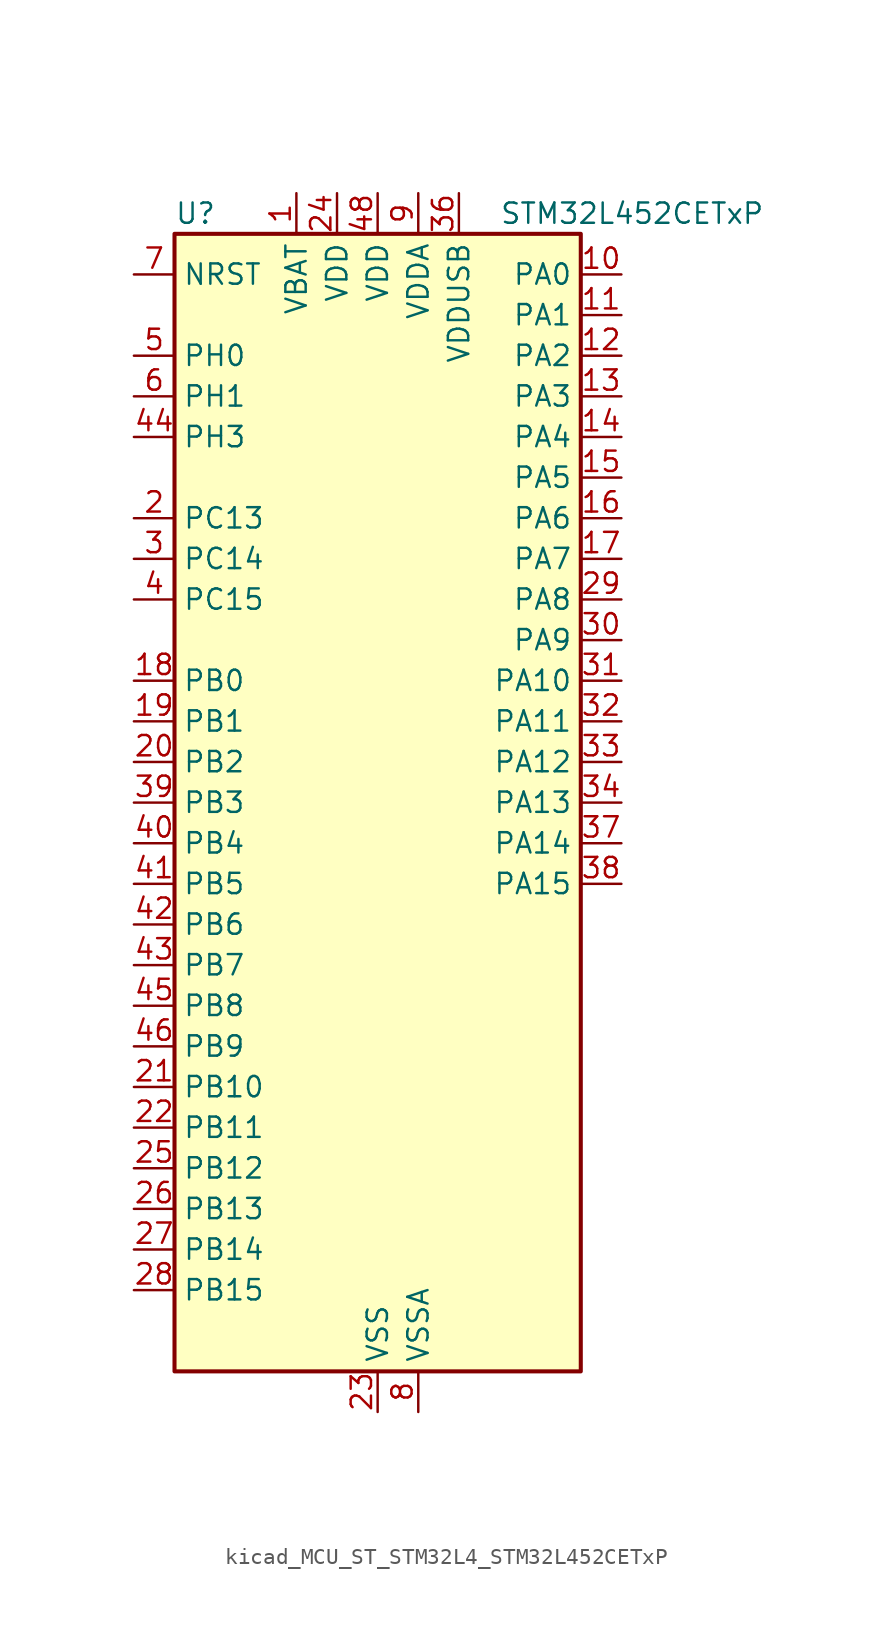
<source format=kicad_sym>
(kicad_symbol_lib
  (version 20220914)
  (generator kicad_symbol_editor)
  (symbol "kicad_MCU_ST_STM32L4_STM32L452CETxP"
    (property "Reference" "U"
      (at -12.7 36.83 0)
      (effects (font (size 1.27 1.27)) (justify left)))
    (property "Value" "STM32L452CETxP"
      (at 7.62 36.83 0)
      (effects (font (size 1.27 1.27)) (justify left)))
    (property "ki_locked" ""
      (at 0 0 0)
      (effects (font (size 1.27 1.27))))
    (symbol "kicad_MCU_ST_STM32L4_STM32L452CETxP_0_1"
      (rectangle (start -12.7 -35.56) (end 12.7 35.56) (stroke (width 0.254) (type default)) (fill (type background))))
    (symbol "kicad_MCU_ST_STM32L4_STM32L452CETxP_1_1"
      (pin power_in line (at -5.08 38.1 270) (length 2.54) (name "VBAT" (effects (font (size 1.27 1.27)))) (number "1" (effects (font (size 1.27 1.27)))))
      (pin bidirectional line (at 15.24 33.02 180) (length 2.54) (name "PA0" (effects (font (size 1.27 1.27)))) (number "10" (effects (font (size 1.27 1.27)))) (alternate "ADC1_IN5" bidirectional line) (alternate "COMP1_INM" bidirectional line) (alternate "COMP1_OUT" bidirectional line) (alternate "OPAMP1_VINP" bidirectional line) (alternate "RTC_TAMP2" bidirectional line) (alternate "SAI1_EXTCLK" bidirectional line) (alternate "SYS_WKUP1" bidirectional line) (alternate "TIM2_CH1" bidirectional line) (alternate "TIM2_ETR" bidirectional line) (alternate "UART4_TX" bidirectional line) (alternate "USART2_CTS" bidirectional line))
      (pin bidirectional line (at 15.24 30.48 180) (length 2.54) (name "PA1" (effects (font (size 1.27 1.27)))) (number "11" (effects (font (size 1.27 1.27)))) (alternate "ADC1_IN6" bidirectional line) (alternate "COMP1_INP" bidirectional line) (alternate "I2C1_SMBA" bidirectional line) (alternate "OPAMP1_VINM" bidirectional line) (alternate "SPI1_SCK" bidirectional line) (alternate "TIM15_CH1N" bidirectional line) (alternate "TIM2_CH2" bidirectional line) (alternate "UART4_RX" bidirectional line) (alternate "USART2_DE" bidirectional line) (alternate "USART2_RTS" bidirectional line))
      (pin bidirectional line (at 15.24 27.94 180) (length 2.54) (name "PA2" (effects (font (size 1.27 1.27)))) (number "12" (effects (font (size 1.27 1.27)))) (alternate "ADC1_IN7" bidirectional line) (alternate "COMP2_INM" bidirectional line) (alternate "COMP2_OUT" bidirectional line) (alternate "LPUART1_TX" bidirectional line) (alternate "QUADSPI_BK1_NCS" bidirectional line) (alternate "RCC_LSCO" bidirectional line) (alternate "SYS_WKUP4" bidirectional line) (alternate "TIM15_CH1" bidirectional line) (alternate "TIM2_CH3" bidirectional line) (alternate "USART2_TX" bidirectional line))
      (pin bidirectional line (at 15.24 25.4 180) (length 2.54) (name "PA3" (effects (font (size 1.27 1.27)))) (number "13" (effects (font (size 1.27 1.27)))) (alternate "ADC1_IN8" bidirectional line) (alternate "COMP2_INP" bidirectional line) (alternate "LPUART1_RX" bidirectional line) (alternate "OPAMP1_VOUT" bidirectional line) (alternate "QUADSPI_CLK" bidirectional line) (alternate "SAI1_MCLK_A" bidirectional line) (alternate "TIM15_CH2" bidirectional line) (alternate "TIM2_CH4" bidirectional line) (alternate "USART2_RX" bidirectional line))
      (pin bidirectional line (at 15.24 22.86 180) (length 2.54) (name "PA4" (effects (font (size 1.27 1.27)))) (number "14" (effects (font (size 1.27 1.27)))) (alternate "ADC1_IN9" bidirectional line) (alternate "COMP1_INM" bidirectional line) (alternate "COMP2_INM" bidirectional line) (alternate "DAC1_OUT1" bidirectional line) (alternate "LPTIM2_OUT" bidirectional line) (alternate "SAI1_FS_B" bidirectional line) (alternate "SPI1_NSS" bidirectional line) (alternate "SPI3_NSS" bidirectional line) (alternate "USART2_CK" bidirectional line))
      (pin bidirectional line (at 15.24 20.32 180) (length 2.54) (name "PA5" (effects (font (size 1.27 1.27)))) (number "15" (effects (font (size 1.27 1.27)))) (alternate "ADC1_IN10" bidirectional line) (alternate "COMP1_INM" bidirectional line) (alternate "COMP2_INM" bidirectional line) (alternate "DFSDM1_CKOUT" bidirectional line) (alternate "LPTIM2_ETR" bidirectional line) (alternate "SPI1_SCK" bidirectional line) (alternate "TIM2_CH1" bidirectional line) (alternate "TIM2_ETR" bidirectional line))
      (pin bidirectional line (at 15.24 17.78 180) (length 2.54) (name "PA6" (effects (font (size 1.27 1.27)))) (number "16" (effects (font (size 1.27 1.27)))) (alternate "ADC1_IN11" bidirectional line) (alternate "COMP1_OUT" bidirectional line) (alternate "LPUART1_CTS" bidirectional line) (alternate "QUADSPI_BK1_IO3" bidirectional line) (alternate "SPI1_MISO" bidirectional line) (alternate "TIM16_CH1" bidirectional line) (alternate "TIM1_BKIN" bidirectional line) (alternate "TIM1_BKIN_COMP2" bidirectional line) (alternate "TIM3_CH1" bidirectional line) (alternate "USART3_CTS" bidirectional line))
      (pin bidirectional line (at 15.24 15.24 180) (length 2.54) (name "PA7" (effects (font (size 1.27 1.27)))) (number "17" (effects (font (size 1.27 1.27)))) (alternate "ADC1_IN12" bidirectional line) (alternate "COMP2_OUT" bidirectional line) (alternate "DFSDM1_DATIN0" bidirectional line) (alternate "I2C3_SCL" bidirectional line) (alternate "QUADSPI_BK1_IO2" bidirectional line) (alternate "SPI1_MOSI" bidirectional line) (alternate "TIM1_CH1N" bidirectional line) (alternate "TIM3_CH2" bidirectional line))
      (pin bidirectional line (at -15.24 7.62 0) (length 2.54) (name "PB0" (effects (font (size 1.27 1.27)))) (number "18" (effects (font (size 1.27 1.27)))) (alternate "ADC1_IN15" bidirectional line) (alternate "COMP1_OUT" bidirectional line) (alternate "DFSDM1_CKIN0" bidirectional line) (alternate "QUADSPI_BK1_IO1" bidirectional line) (alternate "SAI1_EXTCLK" bidirectional line) (alternate "SPI1_NSS" bidirectional line) (alternate "TIM1_CH2N" bidirectional line) (alternate "TIM3_CH3" bidirectional line) (alternate "USART3_CK" bidirectional line))
      (pin bidirectional line (at -15.24 5.08 0) (length 2.54) (name "PB1" (effects (font (size 1.27 1.27)))) (number "19" (effects (font (size 1.27 1.27)))) (alternate "ADC1_IN16" bidirectional line) (alternate "COMP1_INM" bidirectional line) (alternate "DFSDM1_DATIN0" bidirectional line) (alternate "LPTIM2_IN1" bidirectional line) (alternate "LPUART1_DE" bidirectional line) (alternate "LPUART1_RTS" bidirectional line) (alternate "QUADSPI_BK1_IO0" bidirectional line) (alternate "TIM1_CH3N" bidirectional line) (alternate "TIM3_CH4" bidirectional line) (alternate "USART3_DE" bidirectional line) (alternate "USART3_RTS" bidirectional line))
      (pin bidirectional line (at -15.24 17.78 0) (length 2.54) (name "PC13" (effects (font (size 1.27 1.27)))) (number "2" (effects (font (size 1.27 1.27)))) (alternate "RTC_OUT_ALARM" bidirectional line) (alternate "RTC_OUT_CALIB" bidirectional line) (alternate "RTC_TAMP1" bidirectional line) (alternate "RTC_TS" bidirectional line) (alternate "SYS_WKUP2" bidirectional line))
      (pin bidirectional line (at -15.24 2.54 0) (length 2.54) (name "PB2" (effects (font (size 1.27 1.27)))) (number "20" (effects (font (size 1.27 1.27)))) (alternate "COMP1_INP" bidirectional line) (alternate "DFSDM1_CKIN0" bidirectional line) (alternate "I2C3_SMBA" bidirectional line) (alternate "LPTIM1_OUT" bidirectional line) (alternate "RTC_OUT_ALARM" bidirectional line) (alternate "RTC_OUT_CALIB" bidirectional line))
      (pin bidirectional line (at -15.24 -17.78 0) (length 2.54) (name "PB10" (effects (font (size 1.27 1.27)))) (number "21" (effects (font (size 1.27 1.27)))) (alternate "COMP1_OUT" bidirectional line) (alternate "I2C2_SCL" bidirectional line) (alternate "I2C4_SCL" bidirectional line) (alternate "LPUART1_RX" bidirectional line) (alternate "QUADSPI_CLK" bidirectional line) (alternate "SAI1_SCK_A" bidirectional line) (alternate "SPI2_SCK" bidirectional line) (alternate "TIM2_CH3" bidirectional line) (alternate "TSC_SYNC" bidirectional line) (alternate "USART3_TX" bidirectional line))
      (pin bidirectional line (at -15.24 -20.32 0) (length 2.54) (name "PB11" (effects (font (size 1.27 1.27)))) (number "22" (effects (font (size 1.27 1.27)))) (alternate "ADC1_EXTI11" bidirectional line) (alternate "COMP2_OUT" bidirectional line) (alternate "I2C2_SDA" bidirectional line) (alternate "I2C4_SDA" bidirectional line) (alternate "LPUART1_TX" bidirectional line) (alternate "QUADSPI_BK1_NCS" bidirectional line) (alternate "TIM2_CH4" bidirectional line) (alternate "USART3_RX" bidirectional line))
      (pin power_in line (at 0 -38.1 90) (length 2.54) (name "VSS" (effects (font (size 1.27 1.27)))) (number "23" (effects (font (size 1.27 1.27)))))
      (pin power_in line (at -2.54 38.1 270) (length 2.54) (name "VDD" (effects (font (size 1.27 1.27)))) (number "24" (effects (font (size 1.27 1.27)))))
      (pin bidirectional line (at -15.24 -22.86 0) (length 2.54) (name "PB12" (effects (font (size 1.27 1.27)))) (number "25" (effects (font (size 1.27 1.27)))) (alternate "CAN1_RX" bidirectional line) (alternate "DFSDM1_DATIN1" bidirectional line) (alternate "I2C2_SMBA" bidirectional line) (alternate "LPUART1_DE" bidirectional line) (alternate "LPUART1_RTS" bidirectional line) (alternate "SAI1_FS_A" bidirectional line) (alternate "SPI2_NSS" bidirectional line) (alternate "TIM15_BKIN" bidirectional line) (alternate "TIM1_BKIN" bidirectional line) (alternate "TIM1_BKIN_COMP2" bidirectional line) (alternate "TSC_G1_IO1" bidirectional line) (alternate "USART3_CK" bidirectional line))
      (pin bidirectional line (at -15.24 -25.4 0) (length 2.54) (name "PB13" (effects (font (size 1.27 1.27)))) (number "26" (effects (font (size 1.27 1.27)))) (alternate "CAN1_TX" bidirectional line) (alternate "DFSDM1_CKIN1" bidirectional line) (alternate "I2C2_SCL" bidirectional line) (alternate "LPUART1_CTS" bidirectional line) (alternate "SAI1_SCK_A" bidirectional line) (alternate "SPI2_SCK" bidirectional line) (alternate "TIM15_CH1N" bidirectional line) (alternate "TIM1_CH1N" bidirectional line) (alternate "TSC_G1_IO2" bidirectional line) (alternate "USART3_CTS" bidirectional line))
      (pin bidirectional line (at -15.24 -27.94 0) (length 2.54) (name "PB14" (effects (font (size 1.27 1.27)))) (number "27" (effects (font (size 1.27 1.27)))) (alternate "DFSDM1_DATIN2" bidirectional line) (alternate "I2C2_SDA" bidirectional line) (alternate "SAI1_MCLK_A" bidirectional line) (alternate "SPI2_MISO" bidirectional line) (alternate "TIM15_CH1" bidirectional line) (alternate "TIM1_CH2N" bidirectional line) (alternate "TSC_G1_IO3" bidirectional line) (alternate "USART3_DE" bidirectional line) (alternate "USART3_RTS" bidirectional line))
      (pin bidirectional line (at -15.24 -30.48 0) (length 2.54) (name "PB15" (effects (font (size 1.27 1.27)))) (number "28" (effects (font (size 1.27 1.27)))) (alternate "ADC1_EXTI15" bidirectional line) (alternate "DFSDM1_CKIN2" bidirectional line) (alternate "RTC_REFIN" bidirectional line) (alternate "SAI1_SD_A" bidirectional line) (alternate "SPI2_MOSI" bidirectional line) (alternate "TIM15_CH2" bidirectional line) (alternate "TIM1_CH3N" bidirectional line) (alternate "TSC_G1_IO4" bidirectional line))
      (pin bidirectional line (at 15.24 12.7 180) (length 2.54) (name "PA8" (effects (font (size 1.27 1.27)))) (number "29" (effects (font (size 1.27 1.27)))) (alternate "DFSDM1_CKIN1" bidirectional line) (alternate "LPTIM2_OUT" bidirectional line) (alternate "RCC_MCO" bidirectional line) (alternate "SAI1_SCK_A" bidirectional line) (alternate "TIM1_CH1" bidirectional line) (alternate "USART1_CK" bidirectional line))
      (pin bidirectional line (at -15.24 15.24 0) (length 2.54) (name "PC14" (effects (font (size 1.27 1.27)))) (number "3" (effects (font (size 1.27 1.27)))) (alternate "RCC_OSC32_IN" bidirectional line))
      (pin bidirectional line (at 15.24 10.16 180) (length 2.54) (name "PA9" (effects (font (size 1.27 1.27)))) (number "30" (effects (font (size 1.27 1.27)))) (alternate "DAC1_EXTI9" bidirectional line) (alternate "DFSDM1_DATIN1" bidirectional line) (alternate "I2C1_SCL" bidirectional line) (alternate "SAI1_FS_A" bidirectional line) (alternate "TIM15_BKIN" bidirectional line) (alternate "TIM1_CH2" bidirectional line) (alternate "USART1_TX" bidirectional line))
      (pin bidirectional line (at 15.24 7.62 180) (length 2.54) (name "PA10" (effects (font (size 1.27 1.27)))) (number "31" (effects (font (size 1.27 1.27)))) (alternate "CRS_SYNC" bidirectional line) (alternate "I2C1_SDA" bidirectional line) (alternate "SAI1_SD_A" bidirectional line) (alternate "TIM1_CH3" bidirectional line) (alternate "USART1_RX" bidirectional line))
      (pin bidirectional line (at 15.24 5.08 180) (length 2.54) (name "PA11" (effects (font (size 1.27 1.27)))) (number "32" (effects (font (size 1.27 1.27)))) (alternate "ADC1_EXTI11" bidirectional line) (alternate "CAN1_RX" bidirectional line) (alternate "COMP1_OUT" bidirectional line) (alternate "SPI1_MISO" bidirectional line) (alternate "TIM1_BKIN2" bidirectional line) (alternate "TIM1_BKIN2_COMP1" bidirectional line) (alternate "TIM1_CH4" bidirectional line) (alternate "USART1_CTS" bidirectional line) (alternate "USB_DM" bidirectional line))
      (pin bidirectional line (at 15.24 2.54 180) (length 2.54) (name "PA12" (effects (font (size 1.27 1.27)))) (number "33" (effects (font (size 1.27 1.27)))) (alternate "CAN1_TX" bidirectional line) (alternate "SPI1_MOSI" bidirectional line) (alternate "TIM1_ETR" bidirectional line) (alternate "USART1_DE" bidirectional line) (alternate "USART1_RTS" bidirectional line) (alternate "USB_DP" bidirectional line))
      (pin bidirectional line (at 15.24 0 180) (length 2.54) (name "PA13" (effects (font (size 1.27 1.27)))) (number "34" (effects (font (size 1.27 1.27)))) (alternate "IR_OUT" bidirectional line) (alternate "SAI1_SD_B" bidirectional line) (alternate "SYS_JTMS-SWDIO" bidirectional line) (alternate "USB_NOE" bidirectional line))
      (pin passive line (at 0 -38.1 90) (length 2.54) hide (name "VSS" (effects (font (size 1.27 1.27)))) (number "35" (effects (font (size 1.27 1.27)))))
      (pin power_in line (at 5.08 38.1 270) (length 2.54) (name "VDDUSB" (effects (font (size 1.27 1.27)))) (number "36" (effects (font (size 1.27 1.27)))))
      (pin bidirectional line (at 15.24 -2.54 180) (length 2.54) (name "PA14" (effects (font (size 1.27 1.27)))) (number "37" (effects (font (size 1.27 1.27)))) (alternate "I2C1_SMBA" bidirectional line) (alternate "I2C4_SMBA" bidirectional line) (alternate "LPTIM1_OUT" bidirectional line) (alternate "SAI1_FS_B" bidirectional line) (alternate "SYS_JTCK-SWCLK" bidirectional line))
      (pin bidirectional line (at 15.24 -5.08 180) (length 2.54) (name "PA15" (effects (font (size 1.27 1.27)))) (number "38" (effects (font (size 1.27 1.27)))) (alternate "ADC1_EXTI15" bidirectional line) (alternate "SPI1_NSS" bidirectional line) (alternate "SPI3_NSS" bidirectional line) (alternate "SYS_JTDI" bidirectional line) (alternate "TIM2_CH1" bidirectional line) (alternate "TIM2_ETR" bidirectional line) (alternate "UART4_DE" bidirectional line) (alternate "UART4_RTS" bidirectional line) (alternate "USART2_RX" bidirectional line) (alternate "USART3_DE" bidirectional line) (alternate "USART3_RTS" bidirectional line))
      (pin bidirectional line (at -15.24 0 0) (length 2.54) (name "PB3" (effects (font (size 1.27 1.27)))) (number "39" (effects (font (size 1.27 1.27)))) (alternate "COMP2_INM" bidirectional line) (alternate "SAI1_SCK_B" bidirectional line) (alternate "SPI1_SCK" bidirectional line) (alternate "SPI3_SCK" bidirectional line) (alternate "SYS_JTDO-SWO" bidirectional line) (alternate "TIM2_CH2" bidirectional line) (alternate "USART1_DE" bidirectional line) (alternate "USART1_RTS" bidirectional line))
      (pin bidirectional line (at -15.24 12.7 0) (length 2.54) (name "PC15" (effects (font (size 1.27 1.27)))) (number "4" (effects (font (size 1.27 1.27)))) (alternate "ADC1_EXTI15" bidirectional line) (alternate "RCC_OSC32_OUT" bidirectional line))
      (pin bidirectional line (at -15.24 -2.54 0) (length 2.54) (name "PB4" (effects (font (size 1.27 1.27)))) (number "40" (effects (font (size 1.27 1.27)))) (alternate "COMP2_INP" bidirectional line) (alternate "I2C3_SDA" bidirectional line) (alternate "SAI1_MCLK_B" bidirectional line) (alternate "SPI1_MISO" bidirectional line) (alternate "SPI3_MISO" bidirectional line) (alternate "SYS_JTRST" bidirectional line) (alternate "TIM3_CH1" bidirectional line) (alternate "TSC_G2_IO1" bidirectional line) (alternate "USART1_CTS" bidirectional line))
      (pin bidirectional line (at -15.24 -5.08 0) (length 2.54) (name "PB5" (effects (font (size 1.27 1.27)))) (number "41" (effects (font (size 1.27 1.27)))) (alternate "CAN1_RX" bidirectional line) (alternate "COMP2_OUT" bidirectional line) (alternate "I2C1_SMBA" bidirectional line) (alternate "LPTIM1_IN1" bidirectional line) (alternate "SAI1_SD_B" bidirectional line) (alternate "SPI1_MOSI" bidirectional line) (alternate "SPI3_MOSI" bidirectional line) (alternate "TIM16_BKIN" bidirectional line) (alternate "TIM3_CH2" bidirectional line) (alternate "TSC_G2_IO2" bidirectional line) (alternate "USART1_CK" bidirectional line))
      (pin bidirectional line (at -15.24 -7.62 0) (length 2.54) (name "PB6" (effects (font (size 1.27 1.27)))) (number "42" (effects (font (size 1.27 1.27)))) (alternate "CAN1_TX" bidirectional line) (alternate "COMP2_INP" bidirectional line) (alternate "I2C1_SCL" bidirectional line) (alternate "I2C4_SCL" bidirectional line) (alternate "LPTIM1_ETR" bidirectional line) (alternate "SAI1_FS_B" bidirectional line) (alternate "TIM16_CH1N" bidirectional line) (alternate "TSC_G2_IO3" bidirectional line) (alternate "USART1_TX" bidirectional line))
      (pin bidirectional line (at -15.24 -10.16 0) (length 2.54) (name "PB7" (effects (font (size 1.27 1.27)))) (number "43" (effects (font (size 1.27 1.27)))) (alternate "COMP2_INM" bidirectional line) (alternate "I2C1_SDA" bidirectional line) (alternate "I2C4_SDA" bidirectional line) (alternate "LPTIM1_IN2" bidirectional line) (alternate "SYS_PVD_IN" bidirectional line) (alternate "TSC_G2_IO4" bidirectional line) (alternate "UART4_CTS" bidirectional line) (alternate "USART1_RX" bidirectional line))
      (pin bidirectional line (at -15.24 22.86 0) (length 2.54) (name "PH3" (effects (font (size 1.27 1.27)))) (number "44" (effects (font (size 1.27 1.27)))))
      (pin bidirectional line (at -15.24 -12.7 0) (length 2.54) (name "PB8" (effects (font (size 1.27 1.27)))) (number "45" (effects (font (size 1.27 1.27)))) (alternate "CAN1_RX" bidirectional line) (alternate "I2C1_SCL" bidirectional line) (alternate "SAI1_MCLK_A" bidirectional line) (alternate "TIM16_CH1" bidirectional line))
      (pin bidirectional line (at -15.24 -15.24 0) (length 2.54) (name "PB9" (effects (font (size 1.27 1.27)))) (number "46" (effects (font (size 1.27 1.27)))) (alternate "CAN1_TX" bidirectional line) (alternate "DAC1_EXTI9" bidirectional line) (alternate "I2C1_SDA" bidirectional line) (alternate "IR_OUT" bidirectional line) (alternate "SAI1_FS_A" bidirectional line) (alternate "SPI2_NSS" bidirectional line))
      (pin passive line (at 0 -38.1 90) (length 2.54) hide (name "VSS" (effects (font (size 1.27 1.27)))) (number "47" (effects (font (size 1.27 1.27)))))
      (pin power_in line (at 0 38.1 270) (length 2.54) (name "VDD" (effects (font (size 1.27 1.27)))) (number "48" (effects (font (size 1.27 1.27)))))
      (pin bidirectional line (at -15.24 27.94 0) (length 2.54) (name "PH0" (effects (font (size 1.27 1.27)))) (number "5" (effects (font (size 1.27 1.27)))) (alternate "RCC_OSC_IN" bidirectional line))
      (pin bidirectional line (at -15.24 25.4 0) (length 2.54) (name "PH1" (effects (font (size 1.27 1.27)))) (number "6" (effects (font (size 1.27 1.27)))) (alternate "RCC_OSC_OUT" bidirectional line))
      (pin input line (at -15.24 33.02 0) (length 2.54) (name "NRST" (effects (font (size 1.27 1.27)))) (number "7" (effects (font (size 1.27 1.27)))))
      (pin power_in line (at 2.54 -38.1 90) (length 2.54) (name "VSSA" (effects (font (size 1.27 1.27)))) (number "8" (effects (font (size 1.27 1.27)))))
      (pin power_in line (at 2.54 38.1 270) (length 2.54) (name "VDDA" (effects (font (size 1.27 1.27)))) (number "9" (effects (font (size 1.27 1.27))))))))
</source>
